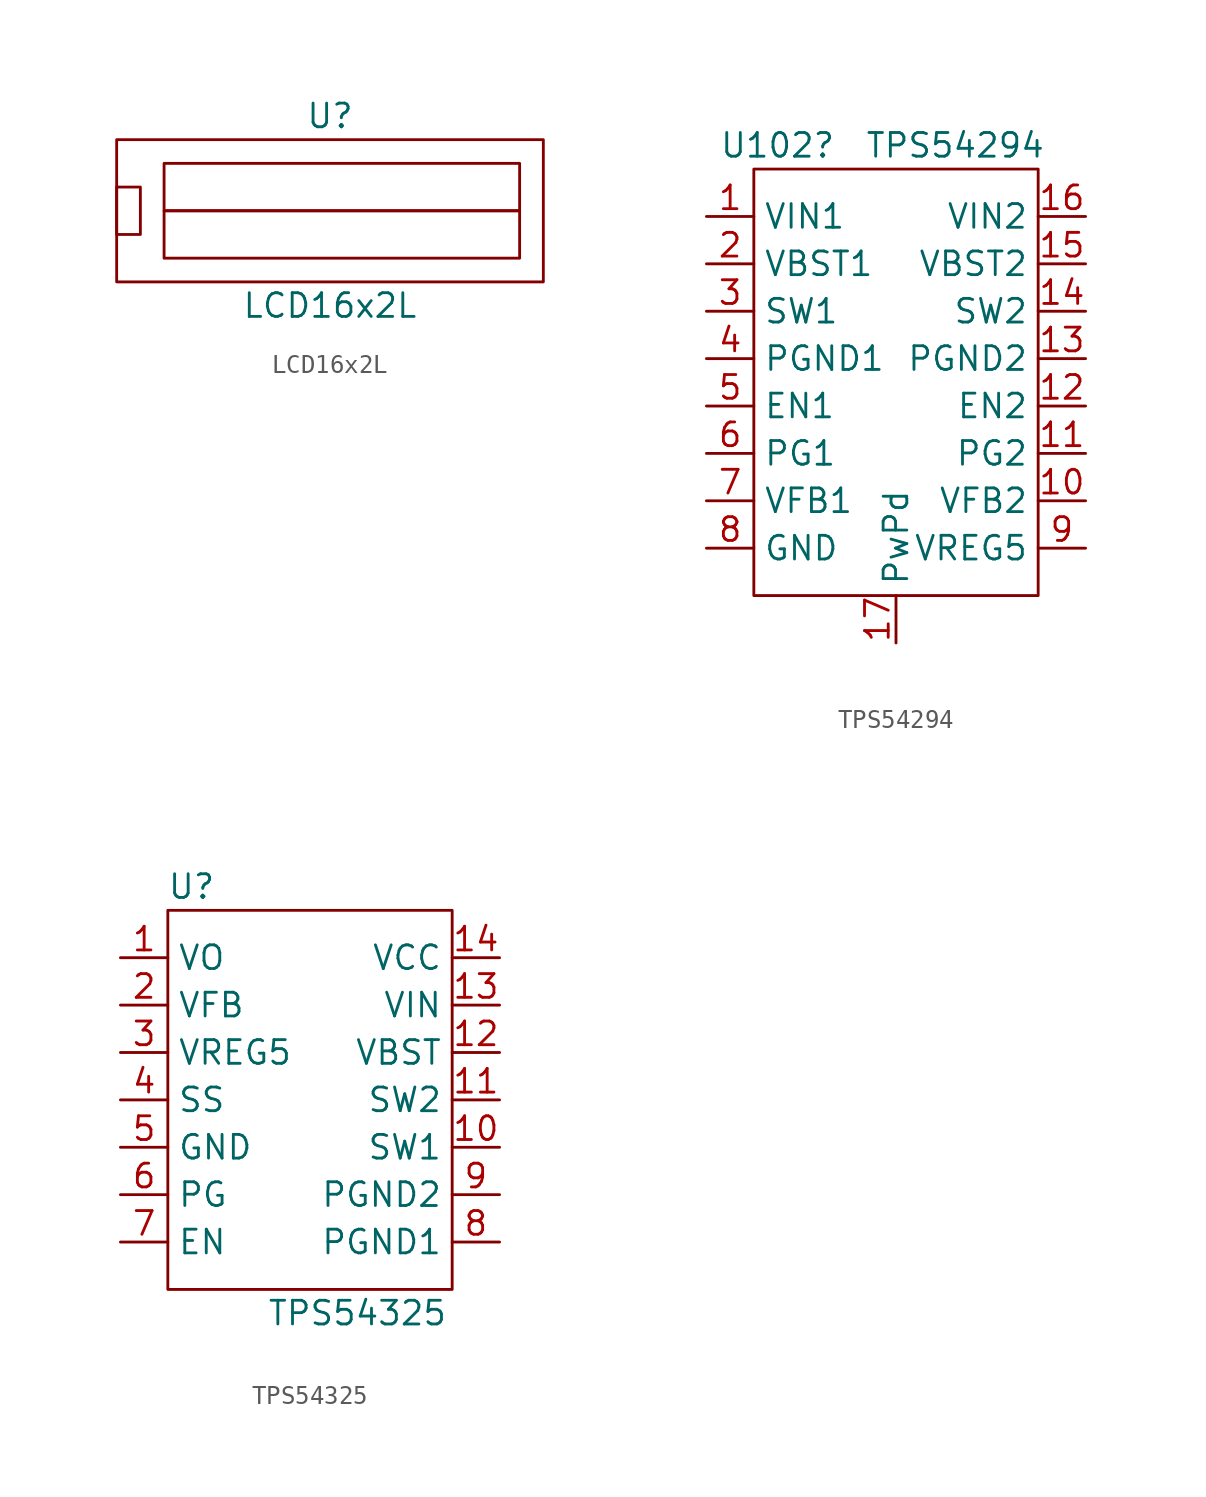
<source format=kicad_sym>
(kicad_symbol_lib
  (version 20211014)
  (generator kicad_symbol_editor)
  (symbol "LCD16x2L"
    (property "Reference" "U"
      (at 0 5.08 0)
      (effects (font (size 1.27 1.27))))
    (property "Value" "LCD16x2L"
      (at 0 -5.08 0)
      (effects (font (size 1.27 1.27))))
    (symbol "LCD16x2L_0_1"
      (rectangle (start -11.43 1.27) (end -10.16 -1.27) (stroke (width 0) (type default) (color 0 0 0 0)) (fill (type none)))
      (rectangle (start -11.43 3.81) (end 11.43 -3.81) (stroke (width 0) (type default) (color 0 0 0 0)) (fill (type none)))
      (rectangle (start -8.89 -2.54) (end 10.16 0) (stroke (width 0) (type default) (color 0 0 0 0)) (fill (type none)))
      (rectangle (start -8.89 2.54) (end 10.16 0) (stroke (width 0) (type default) (color 0 0 0 0)) (fill (type none)))))
  (symbol "TPS54294"
    (property "Reference" "U102"
      (at -6.35 12.7 0)
      (effects (font (size 1.27 1.27))))
    (property "Value" "TPS54294"
      (at 3.175 12.7 0)
      (effects (font (size 1.27 1.27))))
    (symbol "TPS54294_0_1"
      (rectangle (start -7.62 11.43) (end 7.62 -11.43) (stroke (width 0) (type default) (color 0 0 0 0)) (fill (type none))))
    (symbol "TPS54294_1_1"
      (pin power_in line (at -10.16 8.89 0) (length 2.54) (name "VIN1" (effects (font (size 1.27 1.27)))) (number "1" (effects (font (size 1.27 1.27)))))
      (pin input line (at 10.16 -6.35 180) (length 2.54) (name "VFB2" (effects (font (size 1.27 1.27)))) (number "10" (effects (font (size 1.27 1.27)))))
      (pin output line (at 10.16 -3.81 180) (length 2.54) (name "PG2" (effects (font (size 1.27 1.27)))) (number "11" (effects (font (size 1.27 1.27)))))
      (pin input line (at 10.16 -1.27 180) (length 2.54) (name "EN2" (effects (font (size 1.27 1.27)))) (number "12" (effects (font (size 1.27 1.27)))))
      (pin power_in line (at 10.16 1.27 180) (length 2.54) (name "PGND2" (effects (font (size 1.27 1.27)))) (number "13" (effects (font (size 1.27 1.27)))))
      (pin power_out line (at 10.16 3.81 180) (length 2.54) (name "SW2" (effects (font (size 1.27 1.27)))) (number "14" (effects (font (size 1.27 1.27)))))
      (pin input line (at 10.16 6.35 180) (length 2.54) (name "VBST2" (effects (font (size 1.27 1.27)))) (number "15" (effects (font (size 1.27 1.27)))))
      (pin power_in line (at 10.16 8.89 180) (length 2.54) (name "VIN2" (effects (font (size 1.27 1.27)))) (number "16" (effects (font (size 1.27 1.27)))))
      (pin power_in line (at 0 -13.97 90) (length 2.54) (name "PwPd" (effects (font (size 1.27 1.27)))) (number "17" (effects (font (size 1.27 1.27)))))
      (pin input line (at -10.16 6.35 0) (length 2.54) (name "VBST1" (effects (font (size 1.27 1.27)))) (number "2" (effects (font (size 1.27 1.27)))))
      (pin power_out line (at -10.16 3.81 0) (length 2.54) (name "SW1" (effects (font (size 1.27 1.27)))) (number "3" (effects (font (size 1.27 1.27)))))
      (pin power_in line (at -10.16 1.27 0) (length 2.54) (name "PGND1" (effects (font (size 1.27 1.27)))) (number "4" (effects (font (size 1.27 1.27)))))
      (pin input line (at -10.16 -1.27 0) (length 2.54) (name "EN1" (effects (font (size 1.27 1.27)))) (number "5" (effects (font (size 1.27 1.27)))))
      (pin output line (at -10.16 -3.81 0) (length 2.54) (name "PG1" (effects (font (size 1.27 1.27)))) (number "6" (effects (font (size 1.27 1.27)))))
      (pin input line (at -10.16 -6.35 0) (length 2.54) (name "VFB1" (effects (font (size 1.27 1.27)))) (number "7" (effects (font (size 1.27 1.27)))))
      (pin power_in line (at -10.16 -8.89 0) (length 2.54) (name "GND" (effects (font (size 1.27 1.27)))) (number "8" (effects (font (size 1.27 1.27)))))
      (pin power_out line (at 10.16 -8.89 180) (length 2.54) (name "VREG5" (effects (font (size 1.27 1.27)))) (number "9" (effects (font (size 1.27 1.27)))))))
  (symbol "TPS54325"
    (property "Reference" "U"
      (at -6.35 11.43 0)
      (effects (font (size 1.27 1.27))))
    (property "Value" "TPS54325"
      (at 2.54 -11.43 0)
      (effects (font (size 1.27 1.27))))
    (symbol "TPS54325_0_1"
      (rectangle (start -7.62 10.16) (end 7.62 -10.16) (stroke (width 0) (type default) (color 0 0 0 0)) (fill (type none))))
    (symbol "TPS54325_1_1"
      (pin power_out line (at -10.16 7.62 0) (length 2.54) (name "VO" (effects (font (size 1.27 1.27)))) (number "1" (effects (font (size 1.27 1.27)))))
      (pin output line (at 10.16 -2.54 180) (length 2.54) (name "SW1" (effects (font (size 1.27 1.27)))) (number "10" (effects (font (size 1.27 1.27)))))
      (pin output line (at 10.16 0 180) (length 2.54) (name "SW2" (effects (font (size 1.27 1.27)))) (number "11" (effects (font (size 1.27 1.27)))))
      (pin unspecified line (at 10.16 2.54 180) (length 2.54) (name "VBST" (effects (font (size 1.27 1.27)))) (number "12" (effects (font (size 1.27 1.27)))))
      (pin power_in line (at 10.16 5.08 180) (length 2.54) (name "VIN" (effects (font (size 1.27 1.27)))) (number "13" (effects (font (size 1.27 1.27)))))
      (pin power_in line (at 10.16 7.62 180) (length 2.54) (name "VCC" (effects (font (size 1.27 1.27)))) (number "14" (effects (font (size 1.27 1.27)))))
      (pin input line (at -10.16 5.08 0) (length 2.54) (name "VFB" (effects (font (size 1.27 1.27)))) (number "2" (effects (font (size 1.27 1.27)))))
      (pin output line (at -10.16 2.54 0) (length 2.54) (name "VREG5" (effects (font (size 1.27 1.27)))) (number "3" (effects (font (size 1.27 1.27)))))
      (pin input line (at -10.16 0 0) (length 2.54) (name "SS" (effects (font (size 1.27 1.27)))) (number "4" (effects (font (size 1.27 1.27)))))
      (pin power_in line (at -10.16 -2.54 0) (length 2.54) (name "GND" (effects (font (size 1.27 1.27)))) (number "5" (effects (font (size 1.27 1.27)))))
      (pin open_collector line (at -10.16 -5.08 0) (length 2.54) (name "PG" (effects (font (size 1.27 1.27)))) (number "6" (effects (font (size 1.27 1.27)))))
      (pin input line (at -10.16 -7.62 0) (length 2.54) (name "EN" (effects (font (size 1.27 1.27)))) (number "7" (effects (font (size 1.27 1.27)))))
      (pin power_out line (at 10.16 -7.62 180) (length 2.54) (name "PGND1" (effects (font (size 1.27 1.27)))) (number "8" (effects (font (size 1.27 1.27)))))
      (pin power_out line (at 10.16 -5.08 180) (length 2.54) (name "PGND2" (effects (font (size 1.27 1.27)))) (number "9" (effects (font (size 1.27 1.27))))))))
</source>
